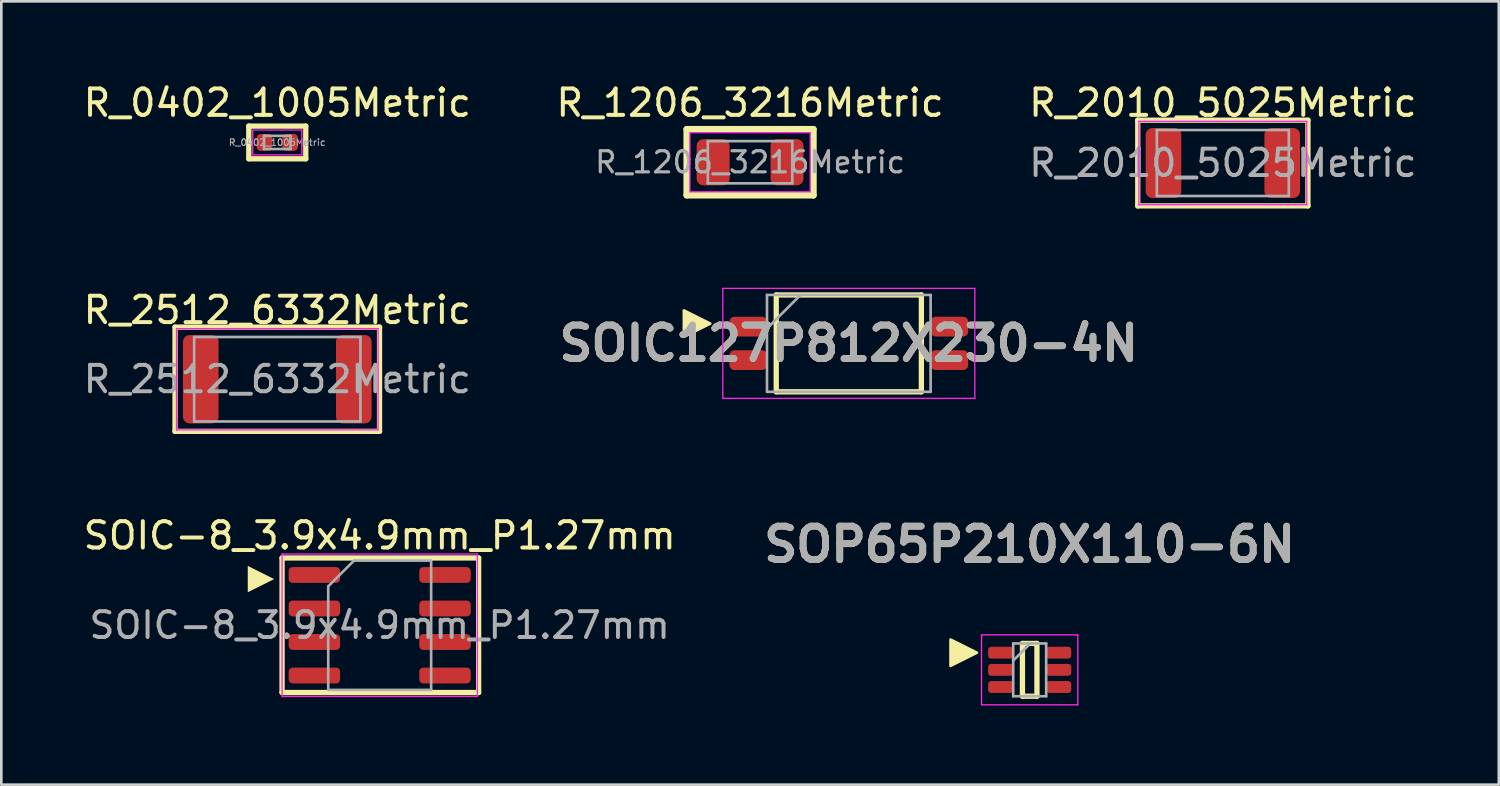
<source format=kicad_pcb>
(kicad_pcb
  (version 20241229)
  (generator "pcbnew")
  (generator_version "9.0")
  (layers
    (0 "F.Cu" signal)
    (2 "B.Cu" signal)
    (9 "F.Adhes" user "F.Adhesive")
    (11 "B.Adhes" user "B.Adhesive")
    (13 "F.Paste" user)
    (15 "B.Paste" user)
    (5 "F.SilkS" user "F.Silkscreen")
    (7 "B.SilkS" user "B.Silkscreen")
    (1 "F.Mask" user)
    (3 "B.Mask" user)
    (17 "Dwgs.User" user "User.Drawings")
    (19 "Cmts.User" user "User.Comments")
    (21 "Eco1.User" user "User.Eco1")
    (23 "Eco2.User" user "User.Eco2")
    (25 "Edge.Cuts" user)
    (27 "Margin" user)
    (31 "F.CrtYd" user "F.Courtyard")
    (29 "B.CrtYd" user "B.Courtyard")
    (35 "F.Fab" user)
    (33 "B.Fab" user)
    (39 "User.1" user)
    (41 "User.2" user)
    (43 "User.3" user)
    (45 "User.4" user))
  (footprint "R_2010_5025Metric"
    (layer "F.Cu")
    (at 43.292 3.128)
    (property "Reference" "R_2010_5025Metric" (at 0 -2.28 0) (layer "F.SilkS") (effects (font (size 1 1) (thickness 0.15))))
    (attr smd)
    (fp_line (start -3.225 -1.625) (end 3.225 -1.625) (stroke (width 0.2) (type solid)) (layer "F.SilkS"))
    (fp_line (start -3.225 1.625) (end -3.225 -1.625) (stroke (width 0.2) (type solid)) (layer "F.SilkS"))
    (fp_line (start 3.225 -1.625) (end 3.225 1.625) (stroke (width 0.2) (type solid)) (layer "F.SilkS"))
    (fp_line (start 3.225 1.625) (end -3.225 1.625) (stroke (width 0.2) (type solid)) (layer "F.SilkS"))
    (fp_line (start -3.18 -1.58) (end 3.18 -1.58) (stroke (width 0.05) (type solid)) (layer "F.CrtYd"))
    (fp_line (start -3.18 1.58) (end -3.18 -1.58) (stroke (width 0.05) (type solid)) (layer "F.CrtYd"))
    (fp_line (start 3.18 -1.58) (end 3.18 1.58) (stroke (width 0.05) (type solid)) (layer "F.CrtYd"))
    (fp_line (start 3.18 1.58) (end -3.18 1.58) (stroke (width 0.05) (type solid)) (layer "F.CrtYd"))
    (fp_line (start -2.5 -1.25) (end 2.5 -1.25) (stroke (width 0.1) (type solid)) (layer "F.Fab"))
    (fp_line (start -2.5 1.25) (end -2.5 -1.25) (stroke (width 0.1) (type solid)) (layer "F.Fab"))
    (fp_line (start 2.5 -1.25) (end 2.5 1.25) (stroke (width 0.1) (type solid)) (layer "F.Fab"))
    (fp_line (start 2.5 1.25) (end -2.5 1.25) (stroke (width 0.1) (type solid)) (layer "F.Fab"))
    (fp_text user "${REFERENCE}" (at 0 0 0) (layer "F.Fab") (effects (font (size 1 1) (thickness 0.15))))
    (pad "1" smd roundrect (at -2.25 0) (size 1.35 2.65) (layers "F.Cu" "F.Mask" "F.Paste") (roundrect_rratio 0.185))
    (pad "2" smd roundrect (at 2.25 0) (size 1.35 2.65) (layers "F.Cu" "F.Mask" "F.Paste") (roundrect_rratio 0.185)))
  (footprint "SOIC-8_3.9x4.9mm_P1.27mm"
    (layer "F.Cu")
    (at 11.339 20.645)
    (property "Reference" "SOIC-8_3.9x4.9mm_P1.27mm" (at 0 -3.4 0) (layer "F.SilkS") (effects (font (size 1 1) (thickness 0.15))))
    (attr smd)
    (fp_line (start -3.7 -2.55) (end -3.7 2.55) (stroke (width 0.2) (type solid)) (layer "F.SilkS"))
    (fp_line (start -3.7 -2.55) (end 3.75 -2.55) (stroke (width 0.2) (type solid)) (layer "F.SilkS"))
    (fp_line (start 3.75 -2.55) (end 3.75 2.55) (stroke (width 0.2) (type solid)) (layer "F.SilkS"))
    (fp_line (start 3.75 2.55) (end -3.7 2.55) (stroke (width 0.2) (type solid)) (layer "F.SilkS"))
    (fp_poly (pts (xy -4 -1.75) (xy -5 -1.25) (xy -5 -2.25)) (stroke (width 0) (type solid)) (fill yes) (layer "F.SilkS"))
    (fp_line (start -3.7 -2.7) (end -3.7 2.7) (stroke (width 0.05) (type solid)) (layer "F.CrtYd"))
    (fp_line (start -3.7 2.7) (end 3.7 2.7) (stroke (width 0.05) (type solid)) (layer "F.CrtYd"))
    (fp_line (start 3.7 -2.7) (end -3.7 -2.7) (stroke (width 0.05) (type solid)) (layer "F.CrtYd"))
    (fp_line (start 3.7 2.7) (end 3.7 -2.7) (stroke (width 0.05) (type solid)) (layer "F.CrtYd"))
    (fp_line (start -1.95 -1.475) (end -0.975 -2.45) (stroke (width 0.1) (type solid)) (layer "F.Fab"))
    (fp_line (start -1.95 2.45) (end -1.95 -1.475) (stroke (width 0.1) (type solid)) (layer "F.Fab"))
    (fp_line (start -0.975 -2.45) (end 1.95 -2.45) (stroke (width 0.1) (type solid)) (layer "F.Fab"))
    (fp_line (start 1.95 -2.45) (end 1.95 2.45) (stroke (width 0.1) (type solid)) (layer "F.Fab"))
    (fp_line (start 1.95 2.45) (end -1.95 2.45) (stroke (width 0.1) (type solid)) (layer "F.Fab"))
    (fp_text user "${REFERENCE}" (at 0 0 0) (layer "F.Fab") (effects (font (size 0.98 0.98) (thickness 0.15))))
    (pad "1" smd roundrect (at -2.475 -1.905) (size 1.95 0.6) (layers "F.Cu" "F.Mask" "F.Paste") (roundrect_rratio 0.25))
    (pad "2" smd roundrect (at -2.475 -0.635) (size 1.95 0.6) (layers "F.Cu" "F.Mask" "F.Paste") (roundrect_rratio 0.25))
    (pad "3" smd roundrect (at -2.475 0.635) (size 1.95 0.6) (layers "F.Cu" "F.Mask" "F.Paste") (roundrect_rratio 0.25))
    (pad "4" smd roundrect (at -2.475 1.905) (size 1.95 0.6) (layers "F.Cu" "F.Mask" "F.Paste") (roundrect_rratio 0.25))
    (pad "5" smd roundrect (at 2.475 1.905) (size 1.95 0.6) (layers "F.Cu" "F.Mask" "F.Paste") (roundrect_rratio 0.25))
    (pad "6" smd roundrect (at 2.475 0.635) (size 1.95 0.6) (layers "F.Cu" "F.Mask" "F.Paste") (roundrect_rratio 0.25))
    (pad "7" smd roundrect (at 2.475 -0.635) (size 1.95 0.6) (layers "F.Cu" "F.Mask" "F.Paste") (roundrect_rratio 0.25))
    (pad "8" smd roundrect (at 2.475 -1.905) (size 1.95 0.6) (layers "F.Cu" "F.Mask" "F.Paste") (roundrect_rratio 0.25)))
  (footprint "R_0402_1005Metric"
    (layer "F.Cu")
    (at 7.458 2.348)
    (property "Reference" "R_0402_1005Metric" (at 0 -1.5 0) (layer "F.SilkS") (effects (font (size 1 1) (thickness 0.15))))
    (attr smd)
    (fp_line (start -1.08 -0.62) (end 1.08 -0.62) (stroke (width 0.2) (type solid)) (layer "F.SilkS"))
    (fp_line (start -1.08 0.62) (end -1.08 -0.62) (stroke (width 0.2) (type solid)) (layer "F.SilkS"))
    (fp_line (start -1.08 0.62) (end 1.08 0.62) (stroke (width 0.2) (type solid)) (layer "F.SilkS"))
    (fp_line (start 1.08 0.62) (end 1.08 -0.62) (stroke (width 0.2) (type solid)) (layer "F.SilkS"))
    (fp_line (start -0.93 -0.47) (end 0.93 -0.47) (stroke (width 0.05) (type solid)) (layer "F.CrtYd"))
    (fp_line (start -0.93 0.47) (end -0.93 -0.47) (stroke (width 0.05) (type solid)) (layer "F.CrtYd"))
    (fp_line (start 0.93 -0.47) (end 0.93 0.47) (stroke (width 0.05) (type solid)) (layer "F.CrtYd"))
    (fp_line (start 0.93 0.47) (end -0.93 0.47) (stroke (width 0.05) (type solid)) (layer "F.CrtYd"))
    (fp_line (start -0.5 -0.25) (end 0.5 -0.25) (stroke (width 0.1) (type solid)) (layer "F.Fab"))
    (fp_line (start -0.5 0.25) (end -0.5 -0.25) (stroke (width 0.1) (type solid)) (layer "F.Fab"))
    (fp_line (start 0.5 -0.25) (end 0.5 0.25) (stroke (width 0.1) (type solid)) (layer "F.Fab"))
    (fp_line (start 0.5 0.25) (end -0.5 0.25) (stroke (width 0.1) (type solid)) (layer "F.Fab"))
    (fp_text user "${REFERENCE}" (at 0 0 0) (layer "F.Fab") (effects (font (size 0.25 0.25) (thickness 0.04))))
    (pad "1" smd roundrect (at -0.485 0) (size 0.59 0.64) (layers "F.Cu" "F.Mask" "F.Paste") (roundrect_rratio 0.25))
    (pad "2" smd roundrect (at 0.485 0) (size 0.59 0.64) (layers "F.Cu" "F.Mask" "F.Paste") (roundrect_rratio 0.25)))
  (footprint "R_2512_6332Metric"
    (layer "F.Cu")
    (at 7.458 11.322)
    (property "Reference" "R_2512_6332Metric" (at 0 -2.62 0) (layer "F.SilkS") (effects (font (size 1 1) (thickness 0.15))))
    (attr smd)
    (fp_line (start -3.875 -1.975) (end 3.875 -1.975) (stroke (width 0.2) (type solid)) (layer "F.SilkS"))
    (fp_line (start -3.875 1.975) (end -3.875 -1.975) (stroke (width 0.2) (type solid)) (layer "F.SilkS"))
    (fp_line (start -3.875 1.975) (end 3.875 1.975) (stroke (width 0.2) (type solid)) (layer "F.SilkS"))
    (fp_line (start 3.875 1.975) (end 3.875 -1.975) (stroke (width 0.2) (type solid)) (layer "F.SilkS"))
    (fp_line (start -3.82 -1.92) (end 3.82 -1.92) (stroke (width 0.05) (type solid)) (layer "F.CrtYd"))
    (fp_line (start -3.82 1.92) (end -3.82 -1.92) (stroke (width 0.05) (type solid)) (layer "F.CrtYd"))
    (fp_line (start 3.82 -1.92) (end 3.82 1.92) (stroke (width 0.05) (type solid)) (layer "F.CrtYd"))
    (fp_line (start 3.82 1.92) (end -3.82 1.92) (stroke (width 0.05) (type solid)) (layer "F.CrtYd"))
    (fp_line (start -3.15 -1.6) (end 3.15 -1.6) (stroke (width 0.1) (type solid)) (layer "F.Fab"))
    (fp_line (start -3.15 1.6) (end -3.15 -1.6) (stroke (width 0.1) (type solid)) (layer "F.Fab"))
    (fp_line (start 3.15 -1.6) (end 3.15 1.6) (stroke (width 0.1) (type solid)) (layer "F.Fab"))
    (fp_line (start 3.15 1.6) (end -3.15 1.6) (stroke (width 0.1) (type solid)) (layer "F.Fab"))
    (fp_text user "${REFERENCE}" (at 0 0 0) (layer "F.Fab") (effects (font (size 1 1) (thickness 0.15))))
    (pad "1" smd roundrect (at -2.9 0) (size 1.35 3.35) (layers "F.Cu" "F.Mask" "F.Paste") (roundrect_rratio 0.185))
    (pad "2" smd roundrect (at 2.9 0) (size 1.35 3.35) (layers "F.Cu" "F.Mask" "F.Paste") (roundrect_rratio 0.185)))
  (footprint "R_1206_3216Metric"
    (layer "F.Cu")
    (at 25.375 3.098)
    (property "Reference" "R_1206_3216Metric" (at 0 -2.25 0) (layer "F.SilkS") (effects (font (size 1 1) (thickness 0.15))))
    (attr smd)
    (fp_line (start -2.4 -1.25) (end 2.4 -1.25) (stroke (width 0.25) (type solid)) (layer "F.SilkS"))
    (fp_line (start -2.4 1.25) (end -2.4 -1.25) (stroke (width 0.25) (type solid)) (layer "F.SilkS"))
    (fp_line (start -2.4 1.25) (end 2.4 1.25) (stroke (width 0.25) (type solid)) (layer "F.SilkS"))
    (fp_line (start 2.4 1.25) (end 2.4 -1.25) (stroke (width 0.25) (type solid)) (layer "F.SilkS"))
    (fp_line (start -2.28 -1.12) (end 2.28 -1.12) (stroke (width 0.05) (type solid)) (layer "F.CrtYd"))
    (fp_line (start -2.28 1.12) (end -2.28 -1.12) (stroke (width 0.05) (type solid)) (layer "F.CrtYd"))
    (fp_line (start 2.28 -1.12) (end 2.28 1.12) (stroke (width 0.05) (type solid)) (layer "F.CrtYd"))
    (fp_line (start 2.28 1.12) (end -2.28 1.12) (stroke (width 0.05) (type solid)) (layer "F.CrtYd"))
    (fp_line (start -1.6 -0.8) (end 1.6 -0.8) (stroke (width 0.1) (type solid)) (layer "F.Fab"))
    (fp_line (start -1.6 0.8) (end -1.6 -0.8) (stroke (width 0.1) (type solid)) (layer "F.Fab"))
    (fp_line (start 1.6 -0.8) (end 1.6 0.8) (stroke (width 0.1) (type solid)) (layer "F.Fab"))
    (fp_line (start 1.6 0.8) (end -1.6 0.8) (stroke (width 0.1) (type solid)) (layer "F.Fab"))
    (fp_text user "${REFERENCE}" (at 0 0 0) (layer "F.Fab") (effects (font (size 0.8 0.8) (thickness 0.12))))
    (pad "1" smd roundrect (at -1.4 0) (size 1.25 1.75) (layers "F.Cu" "F.Mask" "F.Paste") (roundrect_rratio 0.2))
    (pad "2" smd roundrect (at 1.4 0) (size 1.25 1.75) (layers "F.Cu" "F.Mask" "F.Paste") (roundrect_rratio 0.2)))
  (footprint "SOP65P210X110-6N"
    (layer "F.Cu")
    (at 35.972 22.335)
    (property "Reference" "SOP65P210X110-6N" (at 0 -4.75 0) (layer "F.SilkS") (effects (font (size 1.27 1.27) (thickness 0.254))))
    (attr smd)
    (fp_line (start -0.275 -1) (end 0.275 -1) (stroke (width 0.2) (type solid)) (layer "F.SilkS"))
    (fp_line (start -0.275 1) (end -0.275 -1) (stroke (width 0.2) (type solid)) (layer "F.SilkS"))
    (fp_line (start 0.275 -1) (end 0.275 1) (stroke (width 0.2) (type solid)) (layer "F.SilkS"))
    (fp_line (start 0.275 1) (end -0.275 1) (stroke (width 0.2) (type solid)) (layer "F.SilkS"))
    (fp_poly (pts (xy -2 -0.65) (xy -3 -0.15) (xy -3 -1.15)) (stroke (width 0.1) (type solid)) (fill yes) (layer "F.SilkS"))
    (fp_line (start -1.825 -1.325) (end 1.825 -1.325) (stroke (width 0.05) (type solid)) (layer "F.CrtYd"))
    (fp_line (start -1.825 1.325) (end -1.825 -1.325) (stroke (width 0.05) (type solid)) (layer "F.CrtYd"))
    (fp_line (start 1.825 -1.325) (end 1.825 1.325) (stroke (width 0.05) (type solid)) (layer "F.CrtYd"))
    (fp_line (start 1.825 1.325) (end -1.825 1.325) (stroke (width 0.05) (type solid)) (layer "F.CrtYd"))
    (fp_line (start -0.625 -1) (end 0.625 -1) (stroke (width 0.1) (type solid)) (layer "F.Fab"))
    (fp_line (start -0.625 -0.35) (end 0.025 -1) (stroke (width 0.1) (type solid)) (layer "F.Fab"))
    (fp_line (start -0.625 1) (end -0.625 -1) (stroke (width 0.1) (type solid)) (layer "F.Fab"))
    (fp_line (start 0.625 -1) (end 0.625 1) (stroke (width 0.1) (type solid)) (layer "F.Fab"))
    (fp_line (start 0.625 1) (end -0.625 1) (stroke (width 0.1) (type solid)) (layer "F.Fab"))
    (fp_text user "${REFERENCE}" (at 0 -4.75 0) (layer "F.Fab") (effects (font (size 1.27 1.27) (thickness 0.254))))
    (pad "1" smd roundrect (at -1.1 -0.65 90) (size 0.45 0.95) (layers "F.Cu" "F.Mask" "F.Paste") (roundrect_rratio 0.25))
    (pad "2" smd roundrect (at -1.1 0 90) (size 0.45 0.95) (layers "F.Cu" "F.Mask" "F.Paste") (roundrect_rratio 0.25))
    (pad "3" smd roundrect (at -1.1 0.65 90) (size 0.45 0.95) (layers "F.Cu" "F.Mask" "F.Paste") (roundrect_rratio 0.25))
    (pad "4" smd roundrect (at 1.1 0.65 90) (size 0.45 0.95) (layers "F.Cu" "F.Mask" "F.Paste") (roundrect_rratio 0.25))
    (pad "5" smd roundrect (at 1.1 0 90) (size 0.45 0.95) (layers "F.Cu" "F.Mask" "F.Paste") (roundrect_rratio 0.25))
    (pad "6" smd roundrect (at 1.1 -0.65 90) (size 0.45 0.95) (layers "F.Cu" "F.Mask" "F.Paste") (roundrect_rratio 0.25)))
  (footprint "SOIC127P812X230-4N"
    (layer "F.Cu")
    (at 29.117 9.963)
    (property "Reference" "SOIC127P812X230-4N" (at 0 0 0) (layer "F.SilkS") (effects (font (size 1.27 1.27) (thickness 0.254))))
    (attr smd)
    (fp_line (start -2.75 -1.835) (end 2.75 -1.835) (stroke (width 0.2) (type solid)) (layer "F.SilkS"))
    (fp_line (start -2.75 1.835) (end -2.75 -1.835) (stroke (width 0.2) (type solid)) (layer "F.SilkS"))
    (fp_line (start 2.75 -1.835) (end 2.75 1.835) (stroke (width 0.2) (type solid)) (layer "F.SilkS"))
    (fp_line (start 2.75 1.835) (end -2.75 1.835) (stroke (width 0.2) (type solid)) (layer "F.SilkS"))
    (fp_poly (pts (xy -5.25 -0.75) (xy -6.25 -0.25) (xy -6.25 -1.25)) (stroke (width 0.1) (type solid)) (fill yes) (layer "F.SilkS"))
    (fp_line (start -4.775 -2.085) (end 4.775 -2.085) (stroke (width 0.05) (type solid)) (layer "F.CrtYd"))
    (fp_line (start -4.775 2.085) (end -4.775 -2.085) (stroke (width 0.05) (type solid)) (layer "F.CrtYd"))
    (fp_line (start 4.775 -2.085) (end 4.775 2.085) (stroke (width 0.05) (type solid)) (layer "F.CrtYd"))
    (fp_line (start 4.775 2.085) (end -4.775 2.085) (stroke (width 0.05) (type solid)) (layer "F.CrtYd"))
    (fp_line (start -3.1 -1.835) (end 3.1 -1.835) (stroke (width 0.1) (type solid)) (layer "F.Fab"))
    (fp_line (start -3.1 -0.565) (end -1.83 -1.835) (stroke (width 0.1) (type solid)) (layer "F.Fab"))
    (fp_line (start -3.1 1.835) (end -3.1 -1.835) (stroke (width 0.1) (type solid)) (layer "F.Fab"))
    (fp_line (start 3.1 -1.835) (end 3.1 1.835) (stroke (width 0.1) (type solid)) (layer "F.Fab"))
    (fp_line (start 3.1 1.835) (end -3.1 1.835) (stroke (width 0.1) (type solid)) (layer "F.Fab"))
    (fp_text user "${REFERENCE}" (at 0 0 0) (layer "F.Fab") (effects (font (size 1.27 1.27) (thickness 0.254))))
    (pad "1" smd roundrect (at -3.812 -0.635 90) (size 0.75 1.425) (layers "F.Cu" "F.Mask" "F.Paste") (roundrect_rratio 0.25))
    (pad "2" smd roundrect (at -3.812 0.635 90) (size 0.75 1.425) (layers "F.Cu" "F.Mask" "F.Paste") (roundrect_rratio 0.25))
    (pad "3" smd roundrect (at 3.812 0.635 90) (size 0.75 1.425) (layers "F.Cu" "F.Mask" "F.Paste") (roundrect_rratio 0.25))
    (pad "4" smd roundrect (at 3.812 -0.635 90) (size 0.75 1.425) (layers "F.Cu" "F.Mask" "F.Paste") (roundrect_rratio 0.25)))
  (gr_rect
    (start -3 -3)
    (end 53.75 26.685)
    (stroke (width 0.1) (type default))
    (fill no)
    (layer "Edge.Cuts")))
</source>
